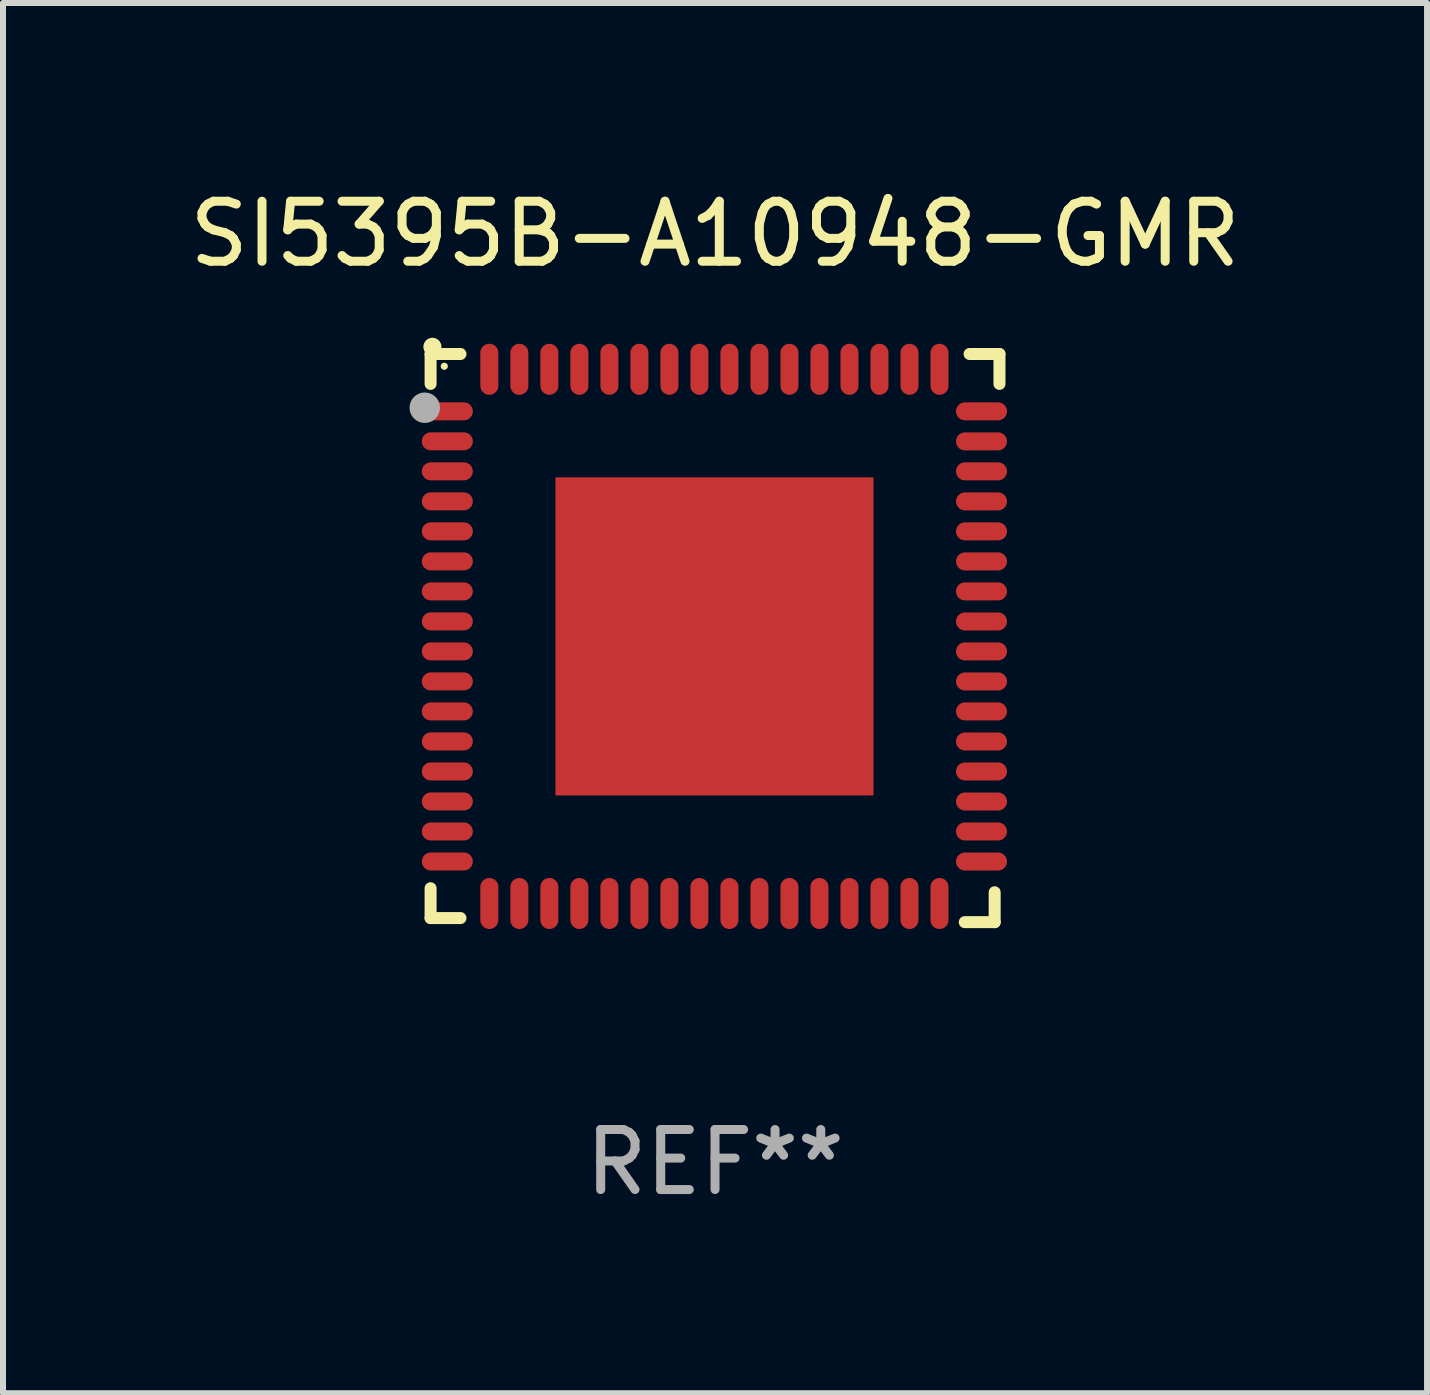
<source format=kicad_pcb>
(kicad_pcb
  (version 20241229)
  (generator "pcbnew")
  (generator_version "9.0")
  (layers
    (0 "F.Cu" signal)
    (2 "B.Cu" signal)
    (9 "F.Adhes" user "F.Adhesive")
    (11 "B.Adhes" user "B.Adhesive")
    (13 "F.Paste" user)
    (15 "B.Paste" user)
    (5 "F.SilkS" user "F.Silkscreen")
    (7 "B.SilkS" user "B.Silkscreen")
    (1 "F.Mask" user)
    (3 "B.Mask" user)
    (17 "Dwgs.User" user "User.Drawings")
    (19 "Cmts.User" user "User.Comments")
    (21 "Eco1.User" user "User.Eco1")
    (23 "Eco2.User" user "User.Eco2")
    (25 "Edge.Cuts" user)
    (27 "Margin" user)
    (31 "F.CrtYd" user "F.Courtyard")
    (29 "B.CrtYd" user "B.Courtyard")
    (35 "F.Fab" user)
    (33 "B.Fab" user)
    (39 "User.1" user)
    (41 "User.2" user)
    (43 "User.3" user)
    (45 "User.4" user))
  (footprint "SI5395B-A10948-GMR"
    (layer "F.Cu")
    (at 8.863 7.581)
    (property "Reference" "SI5395B-A10948-GMR" (at 0 -6.733 0) (layer "F.SilkS") (effects (font (size 1 1) (thickness 0.15))))
    (attr through_hole)
    (fp_line (start -4.739 -4.733) (end -4.241 -4.733) (stroke (width 0.2) (type solid)) (layer "F.SilkS"))
    (fp_line (start -4.739 -4.235) (end -4.739 -4.733) (stroke (width 0.2) (type solid)) (layer "F.SilkS"))
    (fp_line (start -4.739 4.168) (end -4.739 4.665) (stroke (width 0.2) (type solid)) (layer "F.SilkS"))
    (fp_line (start -4.739 4.665) (end -4.241 4.665) (stroke (width 0.2) (type solid)) (layer "F.SilkS"))
    (fp_line (start 4.161 4.733) (end 4.659 4.733) (stroke (width 0.2) (type solid)) (layer "F.SilkS"))
    (fp_line (start 4.241 -4.733) (end 4.739 -4.733) (stroke (width 0.2) (type solid)) (layer "F.SilkS"))
    (fp_line (start 4.659 4.733) (end 4.659 4.235) (stroke (width 0.2) (type solid)) (layer "F.SilkS"))
    (fp_line (start 4.739 -4.733) (end 4.739 -4.235) (stroke (width 0.2) (type solid)) (layer "F.SilkS"))
    (fp_arc (start -4.708623 -4.85108) (mid -4.708628 -4.85235) (end -4.708623 -4.85362) (stroke (width 0.3) (type solid)) (layer "F.SilkS"))
    (fp_circle (center -4.511 -4.529) (end -4.481 -4.529) (stroke (width 0.06) (type solid)) (fill no) (layer "F.SilkS"))
    (fp_circle (center -4.836 -3.838) (end -4.709 -3.838) (stroke (width 0.254) (type solid)) (fill no) (layer "F.Fab"))
    (fp_text user "REF**" (at 0 8.733 0) (layer "F.Fab") (effects (font (size 1 1) (thickness 0.15))))
    (pad "1" smd oval (at -4.46 -3.778) (size 0.85 0.3) (layers "F.Cu" "F.Mask" "F.Paste"))
    (pad "2" smd oval (at -4.46 -3.278) (size 0.85 0.3) (layers "F.Cu" "F.Mask" "F.Paste"))
    (pad "3" smd oval (at -4.46 -2.778) (size 0.85 0.3) (layers "F.Cu" "F.Mask" "F.Paste"))
    (pad "4" smd oval (at -4.46 -2.278) (size 0.85 0.3) (layers "F.Cu" "F.Mask" "F.Paste"))
    (pad "5" smd oval (at -4.46 -1.778) (size 0.85 0.3) (layers "F.Cu" "F.Mask" "F.Paste"))
    (pad "6" smd oval (at -4.46 -1.278) (size 0.85 0.3) (layers "F.Cu" "F.Mask" "F.Paste"))
    (pad "7" smd oval (at -4.46 -0.778) (size 0.85 0.3) (layers "F.Cu" "F.Mask" "F.Paste"))
    (pad "8" smd oval (at -4.46 -0.278) (size 0.85 0.3) (layers "F.Cu" "F.Mask" "F.Paste"))
    (pad "9" smd oval (at -4.46 0.222) (size 0.85 0.3) (layers "F.Cu" "F.Mask" "F.Paste"))
    (pad "10" smd oval (at -4.46 0.722) (size 0.85 0.3) (layers "F.Cu" "F.Mask" "F.Paste"))
    (pad "11" smd oval (at -4.46 1.222) (size 0.85 0.3) (layers "F.Cu" "F.Mask" "F.Paste"))
    (pad "12" smd oval (at -4.46 1.722) (size 0.85 0.3) (layers "F.Cu" "F.Mask" "F.Paste"))
    (pad "13" smd oval (at -4.46 2.222) (size 0.85 0.3) (layers "F.Cu" "F.Mask" "F.Paste"))
    (pad "14" smd oval (at -4.46 2.722) (size 0.85 0.3) (layers "F.Cu" "F.Mask" "F.Paste"))
    (pad "15" smd oval (at -4.46 3.222) (size 0.85 0.3) (layers "F.Cu" "F.Mask" "F.Paste"))
    (pad "16" smd oval (at -4.46 3.722) (size 0.85 0.3) (layers "F.Cu" "F.Mask" "F.Paste"))
    (pad "17" smd oval (at -3.76 4.422) (size 0.3 0.85) (layers "F.Cu" "F.Mask" "F.Paste"))
    (pad "18" smd oval (at -3.26 4.422) (size 0.3 0.85) (layers "F.Cu" "F.Mask" "F.Paste"))
    (pad "19" smd oval (at -2.76 4.422) (size 0.3 0.85) (layers "F.Cu" "F.Mask" "F.Paste"))
    (pad "20" smd oval (at -2.26 4.422) (size 0.3 0.85) (layers "F.Cu" "F.Mask" "F.Paste"))
    (pad "21" smd oval (at -1.76 4.422) (size 0.3 0.85) (layers "F.Cu" "F.Mask" "F.Paste"))
    (pad "22" smd oval (at -1.26 4.422) (size 0.3 0.85) (layers "F.Cu" "F.Mask" "F.Paste"))
    (pad "23" smd oval (at -0.76 4.422) (size 0.3 0.85) (layers "F.Cu" "F.Mask" "F.Paste"))
    (pad "24" smd oval (at -0.26 4.422) (size 0.3 0.85) (layers "F.Cu" "F.Mask" "F.Paste"))
    (pad "25" smd oval (at 0.24 4.422) (size 0.3 0.85) (layers "F.Cu" "F.Mask" "F.Paste"))
    (pad "26" smd oval (at 0.74 4.422) (size 0.3 0.85) (layers "F.Cu" "F.Mask" "F.Paste"))
    (pad "27" smd oval (at 1.24 4.422) (size 0.3 0.85) (layers "F.Cu" "F.Mask" "F.Paste"))
    (pad "28" smd oval (at 1.74 4.422) (size 0.3 0.85) (layers "F.Cu" "F.Mask" "F.Paste"))
    (pad "29" smd oval (at 2.24 4.422) (size 0.3 0.85) (layers "F.Cu" "F.Mask" "F.Paste"))
    (pad "30" smd oval (at 2.74 4.422) (size 0.3 0.85) (layers "F.Cu" "F.Mask" "F.Paste"))
    (pad "31" smd oval (at 3.24 4.422) (size 0.3 0.85) (layers "F.Cu" "F.Mask" "F.Paste"))
    (pad "32" smd oval (at 3.74 4.422) (size 0.3 0.85) (layers "F.Cu" "F.Mask" "F.Paste"))
    (pad "33" smd oval (at 4.44 3.723) (size 0.85 0.3) (layers "F.Cu" "F.Mask" "F.Paste"))
    (pad "34" smd oval (at 4.44 3.222) (size 0.85 0.3) (layers "F.Cu" "F.Mask" "F.Paste"))
    (pad "35" smd oval (at 4.44 2.723) (size 0.85 0.3) (layers "F.Cu" "F.Mask" "F.Paste"))
    (pad "36" smd oval (at 4.44 2.222) (size 0.85 0.3) (layers "F.Cu" "F.Mask" "F.Paste"))
    (pad "37" smd oval (at 4.44 1.723) (size 0.85 0.3) (layers "F.Cu" "F.Mask" "F.Paste"))
    (pad "38" smd oval (at 4.44 1.222) (size 0.85 0.3) (layers "F.Cu" "F.Mask" "F.Paste"))
    (pad "39" smd oval (at 4.44 0.723) (size 0.85 0.3) (layers "F.Cu" "F.Mask" "F.Paste"))
    (pad "40" smd oval (at 4.44 0.222) (size 0.85 0.3) (layers "F.Cu" "F.Mask" "F.Paste"))
    (pad "41" smd oval (at 4.44 -0.277) (size 0.85 0.3) (layers "F.Cu" "F.Mask" "F.Paste"))
    (pad "42" smd oval (at 4.44 -0.778) (size 0.85 0.3) (layers "F.Cu" "F.Mask" "F.Paste"))
    (pad "43" smd oval (at 4.44 -1.277) (size 0.85 0.3) (layers "F.Cu" "F.Mask" "F.Paste"))
    (pad "44" smd oval (at 4.44 -1.778) (size 0.85 0.3) (layers "F.Cu" "F.Mask" "F.Paste"))
    (pad "45" smd oval (at 4.44 -2.277) (size 0.85 0.3) (layers "F.Cu" "F.Mask" "F.Paste"))
    (pad "46" smd oval (at 4.44 -2.778) (size 0.85 0.3) (layers "F.Cu" "F.Mask" "F.Paste"))
    (pad "47" smd oval (at 4.44 -3.277) (size 0.85 0.3) (layers "F.Cu" "F.Mask" "F.Paste"))
    (pad "48" smd oval (at 4.44 -3.778) (size 0.85 0.3) (layers "F.Cu" "F.Mask" "F.Paste"))
    (pad "49" smd oval (at 3.74 -4.478) (size 0.3 0.85) (layers "F.Cu" "F.Mask" "F.Paste"))
    (pad "50" smd oval (at 3.24 -4.478) (size 0.3 0.85) (layers "F.Cu" "F.Mask" "F.Paste"))
    (pad "51" smd oval (at 2.74 -4.478) (size 0.3 0.85) (layers "F.Cu" "F.Mask" "F.Paste"))
    (pad "52" smd oval (at 2.24 -4.478) (size 0.3 0.85) (layers "F.Cu" "F.Mask" "F.Paste"))
    (pad "53" smd oval (at 1.74 -4.478) (size 0.3 0.85) (layers "F.Cu" "F.Mask" "F.Paste"))
    (pad "54" smd oval (at 1.24 -4.478) (size 0.3 0.85) (layers "F.Cu" "F.Mask" "F.Paste"))
    (pad "55" smd oval (at 0.74 -4.478) (size 0.3 0.85) (layers "F.Cu" "F.Mask" "F.Paste"))
    (pad "56" smd oval (at 0.24 -4.478) (size 0.3 0.85) (layers "F.Cu" "F.Mask" "F.Paste"))
    (pad "57" smd oval (at -0.26 -4.478) (size 0.3 0.85) (layers "F.Cu" "F.Mask" "F.Paste"))
    (pad "58" smd oval (at -0.76 -4.478) (size 0.3 0.85) (layers "F.Cu" "F.Mask" "F.Paste"))
    (pad "59" smd oval (at -1.26 -4.478) (size 0.3 0.85) (layers "F.Cu" "F.Mask" "F.Paste"))
    (pad "60" smd oval (at -1.76 -4.478) (size 0.3 0.85) (layers "F.Cu" "F.Mask" "F.Paste"))
    (pad "61" smd oval (at -2.26 -4.478) (size 0.3 0.85) (layers "F.Cu" "F.Mask" "F.Paste"))
    (pad "62" smd oval (at -2.76 -4.478) (size 0.3 0.85) (layers "F.Cu" "F.Mask" "F.Paste"))
    (pad "63" smd oval (at -3.26 -4.478) (size 0.3 0.85) (layers "F.Cu" "F.Mask" "F.Paste"))
    (pad "64" smd oval (at -3.76 -4.478) (size 0.3 0.85) (layers "F.Cu" "F.Mask" "F.Paste"))
    (pad "65" smd rect (at -0.009 -0.028 90) (size 5.3 5.3) (layers "F.Cu" "F.Mask" "F.Paste")))
  (gr_rect
    (start -3 -3)
    (end 20.726 20.162)
    (stroke (width 0.1) (type default))
    (fill no)
    (layer "Edge.Cuts")))
</source>
